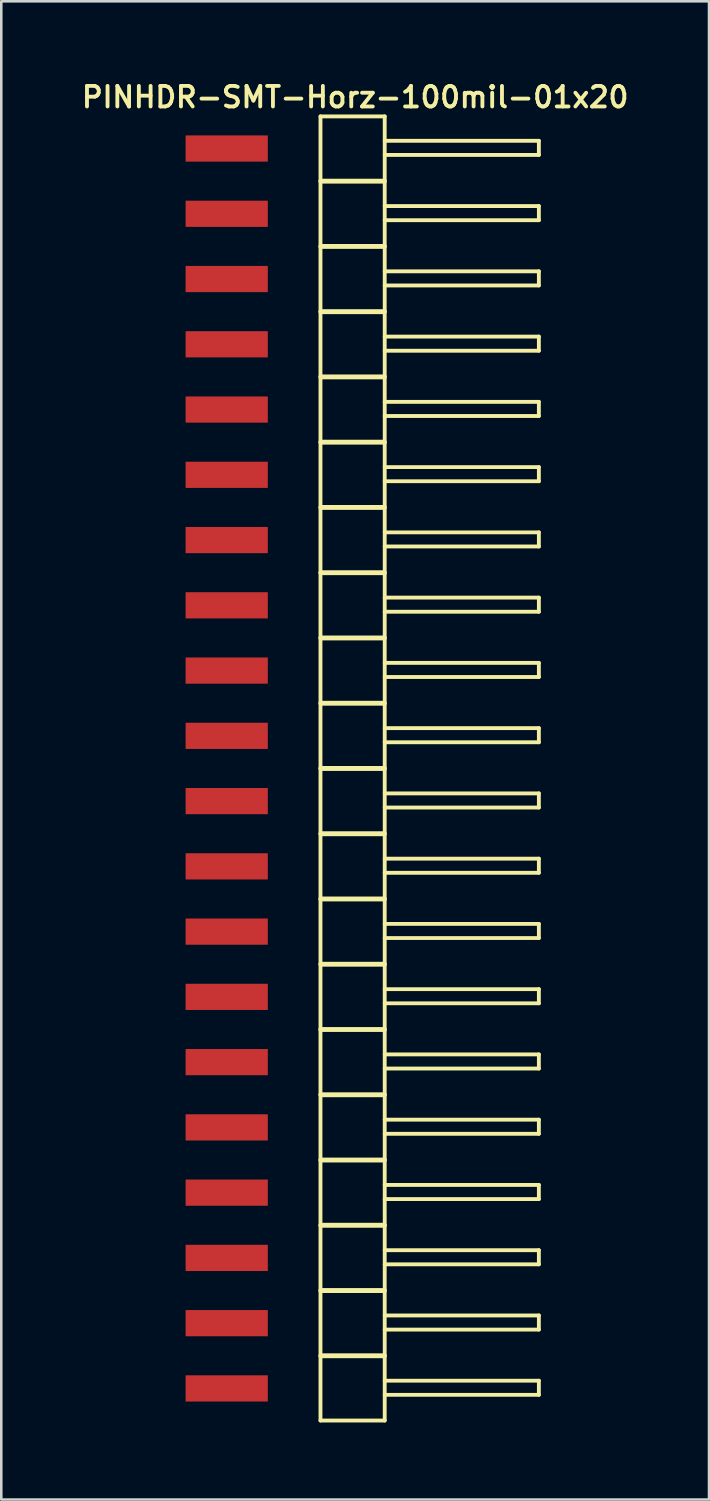
<source format=kicad_pcb>
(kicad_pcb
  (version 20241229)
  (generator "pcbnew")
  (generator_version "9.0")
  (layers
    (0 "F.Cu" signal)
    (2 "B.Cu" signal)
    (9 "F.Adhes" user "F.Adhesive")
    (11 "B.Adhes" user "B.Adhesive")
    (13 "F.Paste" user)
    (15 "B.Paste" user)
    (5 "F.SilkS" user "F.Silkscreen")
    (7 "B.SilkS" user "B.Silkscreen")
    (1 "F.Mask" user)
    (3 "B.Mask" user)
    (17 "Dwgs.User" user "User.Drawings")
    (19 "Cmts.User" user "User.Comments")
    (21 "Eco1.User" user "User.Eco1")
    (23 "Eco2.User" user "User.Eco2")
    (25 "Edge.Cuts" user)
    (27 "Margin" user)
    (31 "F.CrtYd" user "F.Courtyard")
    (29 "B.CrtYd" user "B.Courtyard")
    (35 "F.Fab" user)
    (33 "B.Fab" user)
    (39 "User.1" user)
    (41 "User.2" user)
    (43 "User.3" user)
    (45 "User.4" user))
  (footprint "PINHDR-SMT-Horz-100mil-01x20"
    (layer "F.Cu")
    (at 5.774 2.731)
    (property "Reference" "PINHDR-SMT-Horz-100mil-01x20" (at 5 -2 0) (layer "F.SilkS") (effects (font (size 0.8 0.8) (thickness 0.15))))
    (attr smd)
    (fp_line (start 3.65 -1.25) (end 3.65 1.25) (stroke (width 0.15) (type solid)) (layer "F.SilkS"))
    (fp_line (start 3.65 -1.25) (end 6.15 -1.25) (stroke (width 0.15) (type solid)) (layer "F.SilkS"))
    (fp_line (start 3.65 1.25) (end 6.15 1.25) (stroke (width 0.15) (type solid)) (layer "F.SilkS"))
    (fp_line (start 3.65 1.29) (end 3.65 3.79) (stroke (width 0.15) (type solid)) (layer "F.SilkS"))
    (fp_line (start 3.65 1.29) (end 6.15 1.29) (stroke (width 0.15) (type solid)) (layer "F.SilkS"))
    (fp_line (start 3.65 3.79) (end 6.15 3.79) (stroke (width 0.15) (type solid)) (layer "F.SilkS"))
    (fp_line (start 3.65 3.83) (end 3.65 6.33) (stroke (width 0.15) (type solid)) (layer "F.SilkS"))
    (fp_line (start 3.65 3.83) (end 6.15 3.83) (stroke (width 0.15) (type solid)) (layer "F.SilkS"))
    (fp_line (start 3.65 6.33) (end 6.15 6.33) (stroke (width 0.15) (type solid)) (layer "F.SilkS"))
    (fp_line (start 3.65 6.37) (end 3.65 8.87) (stroke (width 0.15) (type solid)) (layer "F.SilkS"))
    (fp_line (start 3.65 6.37) (end 6.15 6.37) (stroke (width 0.15) (type solid)) (layer "F.SilkS"))
    (fp_line (start 3.65 8.87) (end 6.15 8.87) (stroke (width 0.15) (type solid)) (layer "F.SilkS"))
    (fp_line (start 3.65 8.91) (end 3.65 11.41) (stroke (width 0.15) (type solid)) (layer "F.SilkS"))
    (fp_line (start 3.65 8.91) (end 6.15 8.91) (stroke (width 0.15) (type solid)) (layer "F.SilkS"))
    (fp_line (start 3.65 11.41) (end 6.15 11.41) (stroke (width 0.15) (type solid)) (layer "F.SilkS"))
    (fp_line (start 3.65 11.45) (end 3.65 13.95) (stroke (width 0.15) (type solid)) (layer "F.SilkS"))
    (fp_line (start 3.65 11.45) (end 6.15 11.45) (stroke (width 0.15) (type solid)) (layer "F.SilkS"))
    (fp_line (start 3.65 13.95) (end 6.15 13.95) (stroke (width 0.15) (type solid)) (layer "F.SilkS"))
    (fp_line (start 3.65 13.99) (end 3.65 16.49) (stroke (width 0.15) (type solid)) (layer "F.SilkS"))
    (fp_line (start 3.65 13.99) (end 6.15 13.99) (stroke (width 0.15) (type solid)) (layer "F.SilkS"))
    (fp_line (start 3.65 16.49) (end 6.15 16.49) (stroke (width 0.15) (type solid)) (layer "F.SilkS"))
    (fp_line (start 3.65 16.53) (end 3.65 19.03) (stroke (width 0.15) (type solid)) (layer "F.SilkS"))
    (fp_line (start 3.65 16.53) (end 6.15 16.53) (stroke (width 0.15) (type solid)) (layer "F.SilkS"))
    (fp_line (start 3.65 19.03) (end 6.15 19.03) (stroke (width 0.15) (type solid)) (layer "F.SilkS"))
    (fp_line (start 3.65 19.07) (end 3.65 21.57) (stroke (width 0.15) (type solid)) (layer "F.SilkS"))
    (fp_line (start 3.65 19.07) (end 6.15 19.07) (stroke (width 0.15) (type solid)) (layer "F.SilkS"))
    (fp_line (start 3.65 21.57) (end 6.15 21.57) (stroke (width 0.15) (type solid)) (layer "F.SilkS"))
    (fp_line (start 3.65 21.61) (end 3.65 24.11) (stroke (width 0.15) (type solid)) (layer "F.SilkS"))
    (fp_line (start 3.65 21.61) (end 6.15 21.61) (stroke (width 0.15) (type solid)) (layer "F.SilkS"))
    (fp_line (start 3.65 24.11) (end 6.15 24.11) (stroke (width 0.15) (type solid)) (layer "F.SilkS"))
    (fp_line (start 3.65 24.15) (end 3.65 26.65) (stroke (width 0.15) (type solid)) (layer "F.SilkS"))
    (fp_line (start 3.65 24.15) (end 6.15 24.15) (stroke (width 0.15) (type solid)) (layer "F.SilkS"))
    (fp_line (start 3.65 26.65) (end 6.15 26.65) (stroke (width 0.15) (type solid)) (layer "F.SilkS"))
    (fp_line (start 3.65 26.69) (end 3.65 29.19) (stroke (width 0.15) (type solid)) (layer "F.SilkS"))
    (fp_line (start 3.65 26.69) (end 6.15 26.69) (stroke (width 0.15) (type solid)) (layer "F.SilkS"))
    (fp_line (start 3.65 29.19) (end 6.15 29.19) (stroke (width 0.15) (type solid)) (layer "F.SilkS"))
    (fp_line (start 3.65 29.23) (end 3.65 31.73) (stroke (width 0.15) (type solid)) (layer "F.SilkS"))
    (fp_line (start 3.65 29.23) (end 6.15 29.23) (stroke (width 0.15) (type solid)) (layer "F.SilkS"))
    (fp_line (start 3.65 31.73) (end 6.15 31.73) (stroke (width 0.15) (type solid)) (layer "F.SilkS"))
    (fp_line (start 3.65 31.77) (end 3.65 34.27) (stroke (width 0.15) (type solid)) (layer "F.SilkS"))
    (fp_line (start 3.65 31.77) (end 6.15 31.77) (stroke (width 0.15) (type solid)) (layer "F.SilkS"))
    (fp_line (start 3.65 34.27) (end 6.15 34.27) (stroke (width 0.15) (type solid)) (layer "F.SilkS"))
    (fp_line (start 3.65 34.31) (end 3.65 36.81) (stroke (width 0.15) (type solid)) (layer "F.SilkS"))
    (fp_line (start 3.65 34.31) (end 6.15 34.31) (stroke (width 0.15) (type solid)) (layer "F.SilkS"))
    (fp_line (start 3.65 36.81) (end 6.15 36.81) (stroke (width 0.15) (type solid)) (layer "F.SilkS"))
    (fp_line (start 3.65 36.85) (end 3.65 39.35) (stroke (width 0.15) (type solid)) (layer "F.SilkS"))
    (fp_line (start 3.65 36.85) (end 6.15 36.85) (stroke (width 0.15) (type solid)) (layer "F.SilkS"))
    (fp_line (start 3.65 39.35) (end 6.15 39.35) (stroke (width 0.15) (type solid)) (layer "F.SilkS"))
    (fp_line (start 3.65 39.39) (end 3.65 41.89) (stroke (width 0.15) (type solid)) (layer "F.SilkS"))
    (fp_line (start 3.65 39.39) (end 6.15 39.39) (stroke (width 0.15) (type solid)) (layer "F.SilkS"))
    (fp_line (start 3.65 41.89) (end 6.15 41.89) (stroke (width 0.15) (type solid)) (layer "F.SilkS"))
    (fp_line (start 3.65 41.93) (end 3.65 44.43) (stroke (width 0.15) (type solid)) (layer "F.SilkS"))
    (fp_line (start 3.65 41.93) (end 6.15 41.93) (stroke (width 0.15) (type solid)) (layer "F.SilkS"))
    (fp_line (start 3.65 44.43) (end 6.15 44.43) (stroke (width 0.15) (type solid)) (layer "F.SilkS"))
    (fp_line (start 3.65 44.47) (end 3.65 46.97) (stroke (width 0.15) (type solid)) (layer "F.SilkS"))
    (fp_line (start 3.65 44.47) (end 6.15 44.47) (stroke (width 0.15) (type solid)) (layer "F.SilkS"))
    (fp_line (start 3.65 46.97) (end 6.15 46.97) (stroke (width 0.15) (type solid)) (layer "F.SilkS"))
    (fp_line (start 3.65 47.01) (end 3.65 49.51) (stroke (width 0.15) (type solid)) (layer "F.SilkS"))
    (fp_line (start 3.65 47.01) (end 6.15 47.01) (stroke (width 0.15) (type solid)) (layer "F.SilkS"))
    (fp_line (start 3.65 49.51) (end 6.15 49.51) (stroke (width 0.15) (type solid)) (layer "F.SilkS"))
    (fp_line (start 6.15 -0.3) (end 12.15 -0.3) (stroke (width 0.15) (type solid)) (layer "F.SilkS"))
    (fp_line (start 6.15 1.25) (end 6.15 -1.25) (stroke (width 0.15) (type solid)) (layer "F.SilkS"))
    (fp_line (start 6.15 2.24) (end 12.15 2.24) (stroke (width 0.15) (type solid)) (layer "F.SilkS"))
    (fp_line (start 6.15 3.79) (end 6.15 1.29) (stroke (width 0.15) (type solid)) (layer "F.SilkS"))
    (fp_line (start 6.15 4.78) (end 12.15 4.78) (stroke (width 0.15) (type solid)) (layer "F.SilkS"))
    (fp_line (start 6.15 6.33) (end 6.15 3.83) (stroke (width 0.15) (type solid)) (layer "F.SilkS"))
    (fp_line (start 6.15 7.32) (end 12.15 7.32) (stroke (width 0.15) (type solid)) (layer "F.SilkS"))
    (fp_line (start 6.15 8.87) (end 6.15 6.37) (stroke (width 0.15) (type solid)) (layer "F.SilkS"))
    (fp_line (start 6.15 9.86) (end 12.15 9.86) (stroke (width 0.15) (type solid)) (layer "F.SilkS"))
    (fp_line (start 6.15 11.41) (end 6.15 8.91) (stroke (width 0.15) (type solid)) (layer "F.SilkS"))
    (fp_line (start 6.15 12.4) (end 12.15 12.4) (stroke (width 0.15) (type solid)) (layer "F.SilkS"))
    (fp_line (start 6.15 13.95) (end 6.15 11.45) (stroke (width 0.15) (type solid)) (layer "F.SilkS"))
    (fp_line (start 6.15 14.94) (end 12.15 14.94) (stroke (width 0.15) (type solid)) (layer "F.SilkS"))
    (fp_line (start 6.15 16.49) (end 6.15 13.99) (stroke (width 0.15) (type solid)) (layer "F.SilkS"))
    (fp_line (start 6.15 17.48) (end 12.15 17.48) (stroke (width 0.15) (type solid)) (layer "F.SilkS"))
    (fp_line (start 6.15 19.03) (end 6.15 16.53) (stroke (width 0.15) (type solid)) (layer "F.SilkS"))
    (fp_line (start 6.15 20.02) (end 12.15 20.02) (stroke (width 0.15) (type solid)) (layer "F.SilkS"))
    (fp_line (start 6.15 21.57) (end 6.15 19.07) (stroke (width 0.15) (type solid)) (layer "F.SilkS"))
    (fp_line (start 6.15 22.56) (end 12.15 22.56) (stroke (width 0.15) (type solid)) (layer "F.SilkS"))
    (fp_line (start 6.15 24.11) (end 6.15 21.61) (stroke (width 0.15) (type solid)) (layer "F.SilkS"))
    (fp_line (start 6.15 25.1) (end 12.15 25.1) (stroke (width 0.15) (type solid)) (layer "F.SilkS"))
    (fp_line (start 6.15 26.65) (end 6.15 24.15) (stroke (width 0.15) (type solid)) (layer "F.SilkS"))
    (fp_line (start 6.15 27.64) (end 12.15 27.64) (stroke (width 0.15) (type solid)) (layer "F.SilkS"))
    (fp_line (start 6.15 29.19) (end 6.15 26.69) (stroke (width 0.15) (type solid)) (layer "F.SilkS"))
    (fp_line (start 6.15 30.18) (end 12.15 30.18) (stroke (width 0.15) (type solid)) (layer "F.SilkS"))
    (fp_line (start 6.15 31.73) (end 6.15 29.23) (stroke (width 0.15) (type solid)) (layer "F.SilkS"))
    (fp_line (start 6.15 32.72) (end 12.15 32.72) (stroke (width 0.15) (type solid)) (layer "F.SilkS"))
    (fp_line (start 6.15 34.27) (end 6.15 31.77) (stroke (width 0.15) (type solid)) (layer "F.SilkS"))
    (fp_line (start 6.15 35.26) (end 12.15 35.26) (stroke (width 0.15) (type solid)) (layer "F.SilkS"))
    (fp_line (start 6.15 36.81) (end 6.15 34.31) (stroke (width 0.15) (type solid)) (layer "F.SilkS"))
    (fp_line (start 6.15 37.8) (end 12.15 37.8) (stroke (width 0.15) (type solid)) (layer "F.SilkS"))
    (fp_line (start 6.15 39.35) (end 6.15 36.85) (stroke (width 0.15) (type solid)) (layer "F.SilkS"))
    (fp_line (start 6.15 40.34) (end 12.15 40.34) (stroke (width 0.15) (type solid)) (layer "F.SilkS"))
    (fp_line (start 6.15 41.89) (end 6.15 39.39) (stroke (width 0.15) (type solid)) (layer "F.SilkS"))
    (fp_line (start 6.15 42.88) (end 12.15 42.88) (stroke (width 0.15) (type solid)) (layer "F.SilkS"))
    (fp_line (start 6.15 44.43) (end 6.15 41.93) (stroke (width 0.15) (type solid)) (layer "F.SilkS"))
    (fp_line (start 6.15 45.42) (end 12.15 45.42) (stroke (width 0.15) (type solid)) (layer "F.SilkS"))
    (fp_line (start 6.15 46.97) (end 6.15 44.47) (stroke (width 0.15) (type solid)) (layer "F.SilkS"))
    (fp_line (start 6.15 47.96) (end 12.15 47.96) (stroke (width 0.15) (type solid)) (layer "F.SilkS"))
    (fp_line (start 6.15 49.51) (end 6.15 47.01) (stroke (width 0.15) (type solid)) (layer "F.SilkS"))
    (fp_line (start 12.15 -0.3) (end 12.15 0.25) (stroke (width 0.15) (type solid)) (layer "F.SilkS"))
    (fp_line (start 12.15 0.25) (end 6.15 0.25) (stroke (width 0.15) (type solid)) (layer "F.SilkS"))
    (fp_line (start 12.15 2.24) (end 12.15 2.79) (stroke (width 0.15) (type solid)) (layer "F.SilkS"))
    (fp_line (start 12.15 2.79) (end 6.15 2.79) (stroke (width 0.15) (type solid)) (layer "F.SilkS"))
    (fp_line (start 12.15 4.78) (end 12.15 5.33) (stroke (width 0.15) (type solid)) (layer "F.SilkS"))
    (fp_line (start 12.15 5.33) (end 6.15 5.33) (stroke (width 0.15) (type solid)) (layer "F.SilkS"))
    (fp_line (start 12.15 7.32) (end 12.15 7.87) (stroke (width 0.15) (type solid)) (layer "F.SilkS"))
    (fp_line (start 12.15 7.87) (end 6.15 7.87) (stroke (width 0.15) (type solid)) (layer "F.SilkS"))
    (fp_line (start 12.15 9.86) (end 12.15 10.41) (stroke (width 0.15) (type solid)) (layer "F.SilkS"))
    (fp_line (start 12.15 10.41) (end 6.15 10.41) (stroke (width 0.15) (type solid)) (layer "F.SilkS"))
    (fp_line (start 12.15 12.4) (end 12.15 12.95) (stroke (width 0.15) (type solid)) (layer "F.SilkS"))
    (fp_line (start 12.15 12.95) (end 6.15 12.95) (stroke (width 0.15) (type solid)) (layer "F.SilkS"))
    (fp_line (start 12.15 14.94) (end 12.15 15.49) (stroke (width 0.15) (type solid)) (layer "F.SilkS"))
    (fp_line (start 12.15 15.49) (end 6.15 15.49) (stroke (width 0.15) (type solid)) (layer "F.SilkS"))
    (fp_line (start 12.15 17.48) (end 12.15 18.03) (stroke (width 0.15) (type solid)) (layer "F.SilkS"))
    (fp_line (start 12.15 18.03) (end 6.15 18.03) (stroke (width 0.15) (type solid)) (layer "F.SilkS"))
    (fp_line (start 12.15 20.02) (end 12.15 20.57) (stroke (width 0.15) (type solid)) (layer "F.SilkS"))
    (fp_line (start 12.15 20.57) (end 6.15 20.57) (stroke (width 0.15) (type solid)) (layer "F.SilkS"))
    (fp_line (start 12.15 22.56) (end 12.15 23.11) (stroke (width 0.15) (type solid)) (layer "F.SilkS"))
    (fp_line (start 12.15 23.11) (end 6.15 23.11) (stroke (width 0.15) (type solid)) (layer "F.SilkS"))
    (fp_line (start 12.15 25.1) (end 12.15 25.65) (stroke (width 0.15) (type solid)) (layer "F.SilkS"))
    (fp_line (start 12.15 25.65) (end 6.15 25.65) (stroke (width 0.15) (type solid)) (layer "F.SilkS"))
    (fp_line (start 12.15 27.64) (end 12.15 28.19) (stroke (width 0.15) (type solid)) (layer "F.SilkS"))
    (fp_line (start 12.15 28.19) (end 6.15 28.19) (stroke (width 0.15) (type solid)) (layer "F.SilkS"))
    (fp_line (start 12.15 30.18) (end 12.15 30.73) (stroke (width 0.15) (type solid)) (layer "F.SilkS"))
    (fp_line (start 12.15 30.73) (end 6.15 30.73) (stroke (width 0.15) (type solid)) (layer "F.SilkS"))
    (fp_line (start 12.15 32.72) (end 12.15 33.27) (stroke (width 0.15) (type solid)) (layer "F.SilkS"))
    (fp_line (start 12.15 33.27) (end 6.15 33.27) (stroke (width 0.15) (type solid)) (layer "F.SilkS"))
    (fp_line (start 12.15 35.26) (end 12.15 35.81) (stroke (width 0.15) (type solid)) (layer "F.SilkS"))
    (fp_line (start 12.15 35.81) (end 6.15 35.81) (stroke (width 0.15) (type solid)) (layer "F.SilkS"))
    (fp_line (start 12.15 37.8) (end 12.15 38.35) (stroke (width 0.15) (type solid)) (layer "F.SilkS"))
    (fp_line (start 12.15 38.35) (end 6.15 38.35) (stroke (width 0.15) (type solid)) (layer "F.SilkS"))
    (fp_line (start 12.15 40.34) (end 12.15 40.89) (stroke (width 0.15) (type solid)) (layer "F.SilkS"))
    (fp_line (start 12.15 40.89) (end 6.15 40.89) (stroke (width 0.15) (type solid)) (layer "F.SilkS"))
    (fp_line (start 12.15 42.88) (end 12.15 43.43) (stroke (width 0.15) (type solid)) (layer "F.SilkS"))
    (fp_line (start 12.15 43.43) (end 6.15 43.43) (stroke (width 0.15) (type solid)) (layer "F.SilkS"))
    (fp_line (start 12.15 45.42) (end 12.15 45.97) (stroke (width 0.15) (type solid)) (layer "F.SilkS"))
    (fp_line (start 12.15 45.97) (end 6.15 45.97) (stroke (width 0.15) (type solid)) (layer "F.SilkS"))
    (fp_line (start 12.15 47.96) (end 12.15 48.51) (stroke (width 0.15) (type solid)) (layer "F.SilkS"))
    (fp_line (start 12.15 48.51) (end 6.15 48.51) (stroke (width 0.15) (type solid)) (layer "F.SilkS"))
    (pad "1" smd rect (at 0 0) (size 3.2 1.02) (layers "F.Cu" "F.Mask" "F.Paste"))
    (pad "2" smd rect (at 0 2.54) (size 3.2 1.02) (layers "F.Cu" "F.Mask" "F.Paste"))
    (pad "3" smd rect (at 0 5.08) (size 3.2 1.02) (layers "F.Cu" "F.Mask" "F.Paste"))
    (pad "4" smd rect (at 0 7.62) (size 3.2 1.02) (layers "F.Cu" "F.Mask" "F.Paste"))
    (pad "5" smd rect (at 0 10.16) (size 3.2 1.02) (layers "F.Cu" "F.Mask" "F.Paste"))
    (pad "6" smd rect (at 0 12.7) (size 3.2 1.02) (layers "F.Cu" "F.Mask" "F.Paste"))
    (pad "7" smd rect (at 0 15.24) (size 3.2 1.02) (layers "F.Cu" "F.Mask" "F.Paste"))
    (pad "8" smd rect (at 0 17.78) (size 3.2 1.02) (layers "F.Cu" "F.Mask" "F.Paste"))
    (pad "9" smd rect (at 0 20.32) (size 3.2 1.02) (layers "F.Cu" "F.Mask" "F.Paste"))
    (pad "10" smd rect (at 0 22.86) (size 3.2 1.02) (layers "F.Cu" "F.Mask" "F.Paste"))
    (pad "11" smd rect (at 0 25.4) (size 3.2 1.02) (layers "F.Cu" "F.Mask" "F.Paste"))
    (pad "12" smd rect (at 0 27.94) (size 3.2 1.02) (layers "F.Cu" "F.Mask" "F.Paste"))
    (pad "13" smd rect (at 0 30.48) (size 3.2 1.02) (layers "F.Cu" "F.Mask" "F.Paste"))
    (pad "14" smd rect (at 0 33.02) (size 3.2 1.02) (layers "F.Cu" "F.Mask" "F.Paste"))
    (pad "15" smd rect (at 0 35.56) (size 3.2 1.02) (layers "F.Cu" "F.Mask" "F.Paste"))
    (pad "16" smd rect (at 0 38.1) (size 3.2 1.02) (layers "F.Cu" "F.Mask" "F.Paste"))
    (pad "17" smd rect (at 0 40.64) (size 3.2 1.02) (layers "F.Cu" "F.Mask" "F.Paste"))
    (pad "18" smd rect (at 0 43.18) (size 3.2 1.02) (layers "F.Cu" "F.Mask" "F.Paste"))
    (pad "19" smd rect (at 0 45.72) (size 3.2 1.02) (layers "F.Cu" "F.Mask" "F.Paste"))
    (pad "20" smd rect (at 0 48.26) (size 3.2 1.02) (layers "F.Cu" "F.Mask" "F.Paste")))
  (gr_rect
    (start -3 -3)
    (end 24.547 55.316)
    (stroke (width 0.1) (type default))
    (fill no)
    (layer "Edge.Cuts")))
</source>
